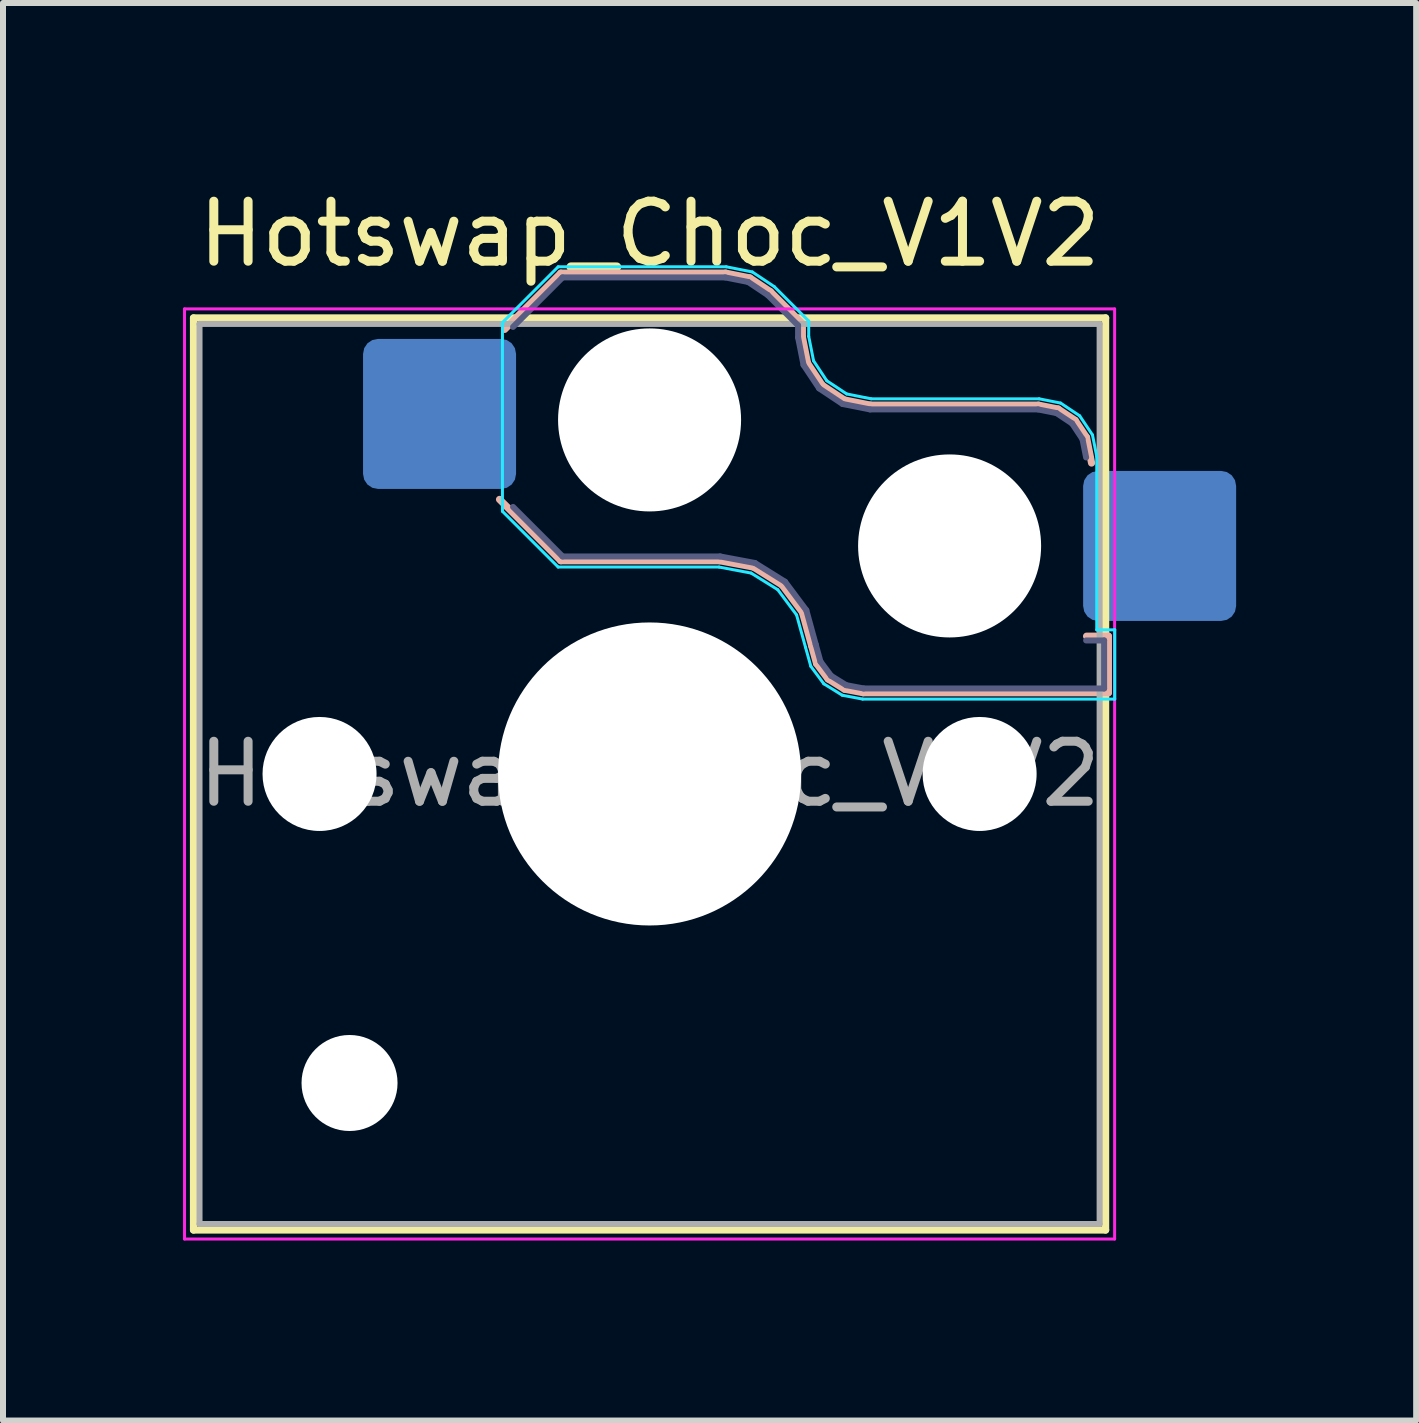
<source format=kicad_pcb>
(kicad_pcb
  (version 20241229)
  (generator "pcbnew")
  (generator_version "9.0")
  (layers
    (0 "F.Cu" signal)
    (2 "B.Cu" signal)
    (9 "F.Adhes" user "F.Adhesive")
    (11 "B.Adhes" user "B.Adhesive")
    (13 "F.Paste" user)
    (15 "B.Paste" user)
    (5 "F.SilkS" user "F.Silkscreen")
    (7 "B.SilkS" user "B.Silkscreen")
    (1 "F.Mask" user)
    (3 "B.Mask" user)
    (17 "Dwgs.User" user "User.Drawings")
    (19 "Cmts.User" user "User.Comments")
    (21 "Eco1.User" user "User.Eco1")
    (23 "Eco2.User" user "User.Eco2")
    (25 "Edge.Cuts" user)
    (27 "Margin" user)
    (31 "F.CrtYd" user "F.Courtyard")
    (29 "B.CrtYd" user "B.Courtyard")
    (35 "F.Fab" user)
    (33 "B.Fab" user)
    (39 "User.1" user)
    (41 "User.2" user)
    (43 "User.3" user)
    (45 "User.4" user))
  (footprint "Hotswap_Choc_V1V2"
    (layer "F.Cu")
    (at 7.775 9.848)
    (property "Reference" "Hotswap_Choc_V1V2" (at 0 -9 0) (layer "F.SilkS") (effects (font (size 1 1) (thickness 0.15))))
    (attr smd)
    (fp_line (start -7.6 -7.6) (end -7.6 7.6) (stroke (width 0.12) (type solid)) (layer "F.SilkS"))
    (fp_line (start -7.6 7.6) (end 7.6 7.6) (stroke (width 0.12) (type solid)) (layer "F.SilkS"))
    (fp_line (start 7.6 -7.6) (end -7.6 -7.6) (stroke (width 0.12) (type solid)) (layer "F.SilkS"))
    (fp_line (start 7.6 7.6) (end 7.6 -7.6) (stroke (width 0.12) (type solid)) (layer "F.SilkS"))
    (fp_line (start -2.416 -7.409) (end -1.479 -8.346) (stroke (width 0.12) (type solid)) (layer "B.SilkS"))
    (fp_line (start -1.479 -8.346) (end 1.268 -8.346) (stroke (width 0.12) (type solid)) (layer "B.SilkS"))
    (fp_line (start -1.479 -3.554) (end -2.5 -4.575) (stroke (width 0.12) (type solid)) (layer "B.SilkS"))
    (fp_line (start 1.168 -3.554) (end -1.479 -3.554) (stroke (width 0.12) (type solid)) (layer "B.SilkS"))
    (fp_line (start 1.268 -8.346) (end 1.671 -8.266) (stroke (width 0.12) (type solid)) (layer "B.SilkS"))
    (fp_line (start 1.671 -8.266) (end 2.013 -8.037) (stroke (width 0.12) (type solid)) (layer "B.SilkS"))
    (fp_line (start 1.73 -3.449) (end 1.168 -3.554) (stroke (width 0.12) (type solid)) (layer "B.SilkS"))
    (fp_line (start 2.013 -8.037) (end 2.546 -7.504) (stroke (width 0.12) (type solid)) (layer "B.SilkS"))
    (fp_line (start 2.209 -3.15) (end 1.73 -3.449) (stroke (width 0.12) (type solid)) (layer "B.SilkS"))
    (fp_line (start 2.546 -7.504) (end 2.546 -7.282) (stroke (width 0.12) (type solid)) (layer "B.SilkS"))
    (fp_line (start 2.546 -7.282) (end 2.633 -6.844) (stroke (width 0.12) (type solid)) (layer "B.SilkS"))
    (fp_line (start 2.547 -2.697) (end 2.209 -3.15) (stroke (width 0.12) (type solid)) (layer "B.SilkS"))
    (fp_line (start 2.633 -6.844) (end 2.877 -6.477) (stroke (width 0.12) (type solid)) (layer "B.SilkS"))
    (fp_line (start 2.701 -2.139) (end 2.547 -2.697) (stroke (width 0.12) (type solid)) (layer "B.SilkS"))
    (fp_line (start 2.783 -1.841) (end 2.701 -2.139) (stroke (width 0.12) (type solid)) (layer "B.SilkS"))
    (fp_line (start 2.877 -6.477) (end 3.244 -6.233) (stroke (width 0.12) (type solid)) (layer "B.SilkS"))
    (fp_line (start 2.976 -1.583) (end 2.783 -1.841) (stroke (width 0.12) (type solid)) (layer "B.SilkS"))
    (fp_line (start 3.244 -6.233) (end 3.682 -6.146) (stroke (width 0.12) (type solid)) (layer "B.SilkS"))
    (fp_line (start 3.25 -1.413) (end 2.976 -1.583) (stroke (width 0.12) (type solid)) (layer "B.SilkS"))
    (fp_line (start 3.56 -1.354) (end 3.25 -1.413) (stroke (width 0.12) (type solid)) (layer "B.SilkS"))
    (fp_line (start 3.682 -6.146) (end 6.482 -6.146) (stroke (width 0.12) (type solid)) (layer "B.SilkS"))
    (fp_line (start 6.482 -6.146) (end 6.809 -6.081) (stroke (width 0.12) (type solid)) (layer "B.SilkS"))
    (fp_line (start 6.809 -6.081) (end 7.092 -5.892) (stroke (width 0.12) (type solid)) (layer "B.SilkS"))
    (fp_line (start 7.092 -5.892) (end 7.281 -5.609) (stroke (width 0.12) (type solid)) (layer "B.SilkS"))
    (fp_line (start 7.281 -5.609) (end 7.366 -5.182) (stroke (width 0.12) (type solid)) (layer "B.SilkS"))
    (fp_line (start 7.283 -2.296) (end 7.646 -2.296) (stroke (width 0.12) (type solid)) (layer "B.SilkS"))
    (fp_line (start 7.646 -2.296) (end 7.646 -1.354) (stroke (width 0.12) (type solid)) (layer "B.SilkS"))
    (fp_line (start 7.646 -1.354) (end 3.56 -1.354) (stroke (width 0.12) (type solid)) (layer "B.SilkS"))
    (fp_line (start -7.25 -7.25) (end -7.25 7.25) (stroke (width 0.1) (type solid)) (layer "Eco1.User"))
    (fp_line (start -7.25 7.25) (end 7.25 7.25) (stroke (width 0.1) (type solid)) (layer "Eco1.User"))
    (fp_line (start 7.25 -7.25) (end -7.25 -7.25) (stroke (width 0.1) (type solid)) (layer "Eco1.User"))
    (fp_line (start 7.25 7.25) (end 7.25 -7.25) (stroke (width 0.1) (type solid)) (layer "Eco1.User"))
    (fp_line (start -2.452 -7.523) (end -1.523 -8.452) (stroke (width 0.05) (type solid)) (layer "B.CrtYd"))
    (fp_line (start -2.452 -4.377) (end -2.452 -7.523) (stroke (width 0.05) (type solid)) (layer "B.CrtYd"))
    (fp_line (start -1.523 -8.452) (end 1.278 -8.452) (stroke (width 0.05) (type solid)) (layer "B.CrtYd"))
    (fp_line (start -1.523 -3.448) (end -2.452 -4.377) (stroke (width 0.05) (type solid)) (layer "B.CrtYd"))
    (fp_line (start 1.159 -3.448) (end -1.523 -3.448) (stroke (width 0.05) (type solid)) (layer "B.CrtYd"))
    (fp_line (start 1.278 -8.452) (end 1.712 -8.366) (stroke (width 0.05) (type solid)) (layer "B.CrtYd"))
    (fp_line (start 1.691 -3.348) (end 1.159 -3.448) (stroke (width 0.05) (type solid)) (layer "B.CrtYd"))
    (fp_line (start 1.712 -8.366) (end 2.081 -8.119) (stroke (width 0.05) (type solid)) (layer "B.CrtYd"))
    (fp_line (start 2.081 -8.119) (end 2.652 -7.548) (stroke (width 0.05) (type solid)) (layer "B.CrtYd"))
    (fp_line (start 2.136 -3.071) (end 1.691 -3.348) (stroke (width 0.05) (type solid)) (layer "B.CrtYd"))
    (fp_line (start 2.45 -2.65) (end 2.136 -3.071) (stroke (width 0.05) (type solid)) (layer "B.CrtYd"))
    (fp_line (start 2.599 -2.111) (end 2.45 -2.65) (stroke (width 0.05) (type solid)) (layer "B.CrtYd"))
    (fp_line (start 2.652 -7.548) (end 2.652 -7.292) (stroke (width 0.05) (type solid)) (layer "B.CrtYd"))
    (fp_line (start 2.652 -7.292) (end 2.733 -6.885) (stroke (width 0.05) (type solid)) (layer "B.CrtYd"))
    (fp_line (start 2.687 -1.794) (end 2.599 -2.111) (stroke (width 0.05) (type solid)) (layer "B.CrtYd"))
    (fp_line (start 2.733 -6.885) (end 2.953 -6.553) (stroke (width 0.05) (type solid)) (layer "B.CrtYd"))
    (fp_line (start 2.903 -1.503) (end 2.687 -1.794) (stroke (width 0.05) (type solid)) (layer "B.CrtYd"))
    (fp_line (start 2.953 -6.553) (end 3.285 -6.333) (stroke (width 0.05) (type solid)) (layer "B.CrtYd"))
    (fp_line (start 3.211 -1.312) (end 2.903 -1.503) (stroke (width 0.05) (type solid)) (layer "B.CrtYd"))
    (fp_line (start 3.285 -6.333) (end 3.692 -6.252) (stroke (width 0.05) (type solid)) (layer "B.CrtYd"))
    (fp_line (start 3.55 -1.248) (end 3.211 -1.312) (stroke (width 0.05) (type solid)) (layer "B.CrtYd"))
    (fp_line (start 3.692 -6.252) (end 6.492 -6.252) (stroke (width 0.05) (type solid)) (layer "B.CrtYd"))
    (fp_line (start 6.492 -6.252) (end 6.85 -6.181) (stroke (width 0.05) (type solid)) (layer "B.CrtYd"))
    (fp_line (start 6.85 -6.181) (end 7.168 -5.968) (stroke (width 0.05) (type solid)) (layer "B.CrtYd"))
    (fp_line (start 7.168 -5.968) (end 7.381 -5.65) (stroke (width 0.05) (type solid)) (layer "B.CrtYd"))
    (fp_line (start 7.381 -5.65) (end 7.452 -5.292) (stroke (width 0.05) (type solid)) (layer "B.CrtYd"))
    (fp_line (start 7.452 -5.292) (end 7.452 -2.402) (stroke (width 0.05) (type solid)) (layer "B.CrtYd"))
    (fp_line (start 7.452 -2.402) (end 7.752 -2.402) (stroke (width 0.05) (type solid)) (layer "B.CrtYd"))
    (fp_line (start 7.752 -2.402) (end 7.752 -1.248) (stroke (width 0.05) (type solid)) (layer "B.CrtYd"))
    (fp_line (start 7.752 -1.248) (end 3.55 -1.248) (stroke (width 0.05) (type solid)) (layer "B.CrtYd"))
    (fp_line (start -7.75 -7.75) (end -7.75 7.75) (stroke (width 0.05) (type solid)) (layer "F.CrtYd"))
    (fp_line (start -7.75 7.75) (end 7.75 7.75) (stroke (width 0.05) (type solid)) (layer "F.CrtYd"))
    (fp_line (start 7.75 -7.75) (end -7.75 -7.75) (stroke (width 0.05) (type solid)) (layer "F.CrtYd"))
    (fp_line (start 7.75 7.75) (end 7.75 -7.75) (stroke (width 0.05) (type solid)) (layer "F.CrtYd"))
    (fp_line (start -2.275 -7.45) (end -1.45 -8.275) (stroke (width 0.1) (type solid)) (layer "B.Fab"))
    (fp_line (start -1.45 -8.275) (end 1.261 -8.275) (stroke (width 0.1) (type solid)) (layer "B.Fab"))
    (fp_line (start -1.45 -3.625) (end -2.275 -4.45) (stroke (width 0.1) (type solid)) (layer "B.Fab"))
    (fp_line (start 1.175 -3.625) (end -1.45 -3.625) (stroke (width 0.1) (type solid)) (layer "B.Fab"))
    (fp_line (start 1.261 -8.275) (end 1.643 -8.199) (stroke (width 0.1) (type solid)) (layer "B.Fab"))
    (fp_line (start 1.643 -8.199) (end 1.968 -7.982) (stroke (width 0.1) (type solid)) (layer "B.Fab"))
    (fp_line (start 1.756 -3.516) (end 1.175 -3.625) (stroke (width 0.1) (type solid)) (layer "B.Fab"))
    (fp_line (start 1.968 -7.982) (end 2.475 -7.475) (stroke (width 0.1) (type solid)) (layer "B.Fab"))
    (fp_line (start 2.258 -3.203) (end 1.756 -3.516) (stroke (width 0.1) (type solid)) (layer "B.Fab"))
    (fp_line (start 2.475 -7.475) (end 2.475 -7.275) (stroke (width 0.1) (type solid)) (layer "B.Fab"))
    (fp_line (start 2.475 -7.275) (end 2.566 -6.816) (stroke (width 0.1) (type solid)) (layer "B.Fab"))
    (fp_line (start 2.566 -6.816) (end 2.826 -6.426) (stroke (width 0.1) (type solid)) (layer "B.Fab"))
    (fp_line (start 2.612 -2.729) (end 2.258 -3.203) (stroke (width 0.1) (type solid)) (layer "B.Fab"))
    (fp_line (start 2.769 -2.158) (end 2.612 -2.729) (stroke (width 0.1) (type solid)) (layer "B.Fab"))
    (fp_line (start 2.826 -6.426) (end 3.216 -6.166) (stroke (width 0.1) (type solid)) (layer "B.Fab"))
    (fp_line (start 2.848 -1.873) (end 2.769 -2.158) (stroke (width 0.1) (type solid)) (layer "B.Fab"))
    (fp_line (start 3.025 -1.636) (end 2.848 -1.873) (stroke (width 0.1) (type solid)) (layer "B.Fab"))
    (fp_line (start 3.216 -6.166) (end 3.675 -6.075) (stroke (width 0.1) (type solid)) (layer "B.Fab"))
    (fp_line (start 3.276 -1.48) (end 3.025 -1.636) (stroke (width 0.1) (type solid)) (layer "B.Fab"))
    (fp_line (start 3.567 -1.425) (end 3.276 -1.48) (stroke (width 0.1) (type solid)) (layer "B.Fab"))
    (fp_line (start 3.675 -6.075) (end 6.475 -6.075) (stroke (width 0.1) (type solid)) (layer "B.Fab"))
    (fp_line (start 6.475 -6.075) (end 6.781 -6.014) (stroke (width 0.1) (type solid)) (layer "B.Fab"))
    (fp_line (start 6.781 -6.014) (end 7.041 -5.841) (stroke (width 0.1) (type solid)) (layer "B.Fab"))
    (fp_line (start 7.041 -5.841) (end 7.214 -5.581) (stroke (width 0.1) (type solid)) (layer "B.Fab"))
    (fp_line (start 7.214 -5.581) (end 7.275 -5.275) (stroke (width 0.1) (type solid)) (layer "B.Fab"))
    (fp_line (start 7.275 -2.225) (end 7.575 -2.225) (stroke (width 0.1) (type solid)) (layer "B.Fab"))
    (fp_line (start 7.575 -2.225) (end 7.575 -1.425) (stroke (width 0.1) (type solid)) (layer "B.Fab"))
    (fp_line (start 7.575 -1.425) (end 3.567 -1.425) (stroke (width 0.1) (type solid)) (layer "B.Fab"))
    (fp_line (start -7.5 -7.5) (end -7.5 7.5) (stroke (width 0.1) (type solid)) (layer "F.Fab"))
    (fp_line (start -7.5 7.5) (end 7.5 7.5) (stroke (width 0.1) (type solid)) (layer "F.Fab"))
    (fp_line (start 7.5 -7.5) (end -7.5 -7.5) (stroke (width 0.1) (type solid)) (layer "F.Fab"))
    (fp_line (start 7.5 7.5) (end 7.5 -7.5) (stroke (width 0.1) (type solid)) (layer "F.Fab"))
    (fp_text user "${REFERENCE}" (at 0 0 0) (layer "F.Fab") (effects (font (size 1 1) (thickness 0.15))))
    (pad "" np_thru_hole circle (at -5.5 0) (size 1.9 1.9) (drill 1.9) (layers "*.Cu" "*.Mask"))
    (pad "" np_thru_hole circle (at -5 5.15) (size 1.6 1.6) (drill 1.6) (layers "*.Cu" "*.Mask"))
    (pad "" np_thru_hole circle (at 0 -5.9) (size 3.05 3.05) (drill 3.05) (layers "*.Cu" "*.Mask"))
    (pad "" np_thru_hole circle (at 0 0) (size 5.05 5.05) (drill 5.05) (layers "*.Cu" "*.Mask"))
    (pad "" np_thru_hole circle (at 5 -3.8) (size 3.05 3.05) (drill 3.05) (layers "*.Cu" "*.Mask"))
    (pad "" np_thru_hole circle (at 5.5 0) (size 1.9 1.9) (drill 1.9) (layers "*.Cu" "*.Mask"))
    (pad "1" smd roundrect (at -3.5 -6) (size 2.55 2.5) (layers "B.Cu" "B.Mask" "B.Paste") (roundrect_rratio 0.1))
    (pad "2" smd roundrect (at 8.5 -3.8) (size 2.55 2.5) (layers "B.Cu" "B.Mask" "B.Paste") (roundrect_rratio 0.1)))
  (gr_rect
    (start -3 -3)
    (end 20.55 20.623)
    (stroke (width 0.1) (type default))
    (fill no)
    (layer "Edge.Cuts")))
</source>
